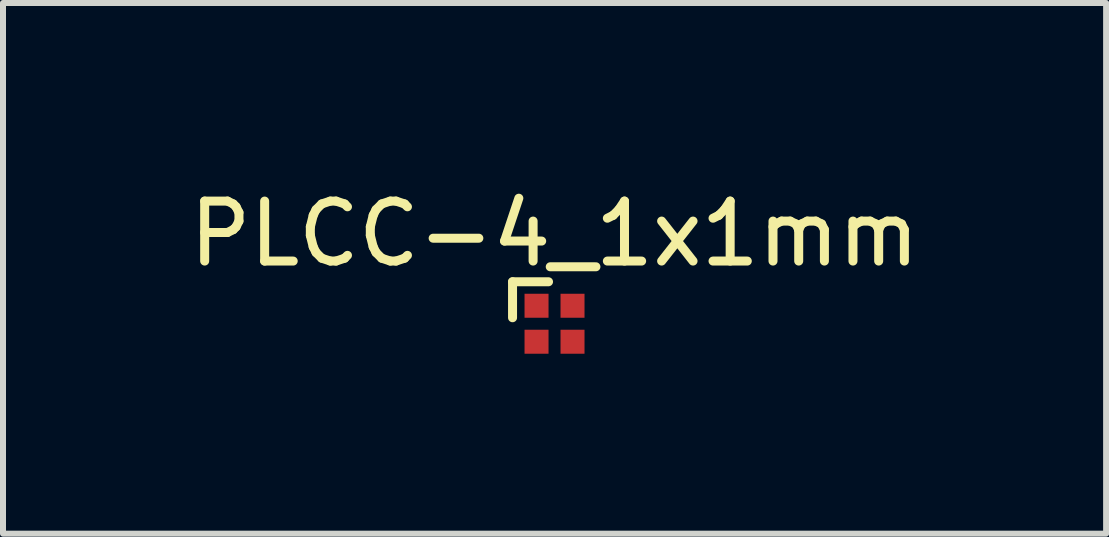
<source format=kicad_pcb>
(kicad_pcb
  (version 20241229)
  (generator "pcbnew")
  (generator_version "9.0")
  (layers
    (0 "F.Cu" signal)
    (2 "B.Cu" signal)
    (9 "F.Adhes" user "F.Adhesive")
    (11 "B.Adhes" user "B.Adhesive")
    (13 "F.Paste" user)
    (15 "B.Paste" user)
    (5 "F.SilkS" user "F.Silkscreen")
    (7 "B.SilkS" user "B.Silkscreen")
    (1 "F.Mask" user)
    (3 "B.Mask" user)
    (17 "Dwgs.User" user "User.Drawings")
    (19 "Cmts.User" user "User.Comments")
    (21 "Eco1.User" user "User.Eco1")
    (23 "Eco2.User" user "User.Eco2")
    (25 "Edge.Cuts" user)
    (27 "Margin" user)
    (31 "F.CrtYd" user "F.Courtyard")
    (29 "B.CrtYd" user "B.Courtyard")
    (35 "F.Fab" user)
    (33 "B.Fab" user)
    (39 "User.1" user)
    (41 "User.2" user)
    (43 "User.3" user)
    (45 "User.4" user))
  (footprint "PLCC-4_1x1mm"
    (layer "F.Cu")
    (at 6.196 2.348)
    (property "Reference" "PLCC-4_1x1mm" (at 0 -1.5 0) (layer "F.SilkS") (effects (font (size 1 1) (thickness 0.15))))
    (attr through_hole)
    (fp_line (start -0.7 -0.7) (end -0.7 -0.1) (stroke (width 0.15) (type solid)) (layer "F.SilkS"))
    (fp_line (start -0.1 -0.7) (end -0.7 -0.7) (stroke (width 0.15) (type solid)) (layer "F.SilkS"))
    (pad "1" smd rect (at -0.3 -0.3) (size 0.4 0.4) (layers "F.Cu" "F.Mask" "F.Paste"))
    (pad "2" smd rect (at -0.3 0.3) (size 0.4 0.4) (layers "F.Cu" "F.Mask" "F.Paste"))
    (pad "3" smd rect (at 0.3 0.3) (size 0.4 0.4) (layers "F.Cu" "F.Mask" "F.Paste"))
    (pad "4" smd rect (at 0.3 -0.3) (size 0.4 0.4) (layers "F.Cu" "F.Mask" "F.Paste")))
  (gr_rect
    (start -3 -3)
    (end 15.393 5.848)
    (stroke (width 0.1) (type default))
    (fill no)
    (layer "Edge.Cuts")))
</source>
